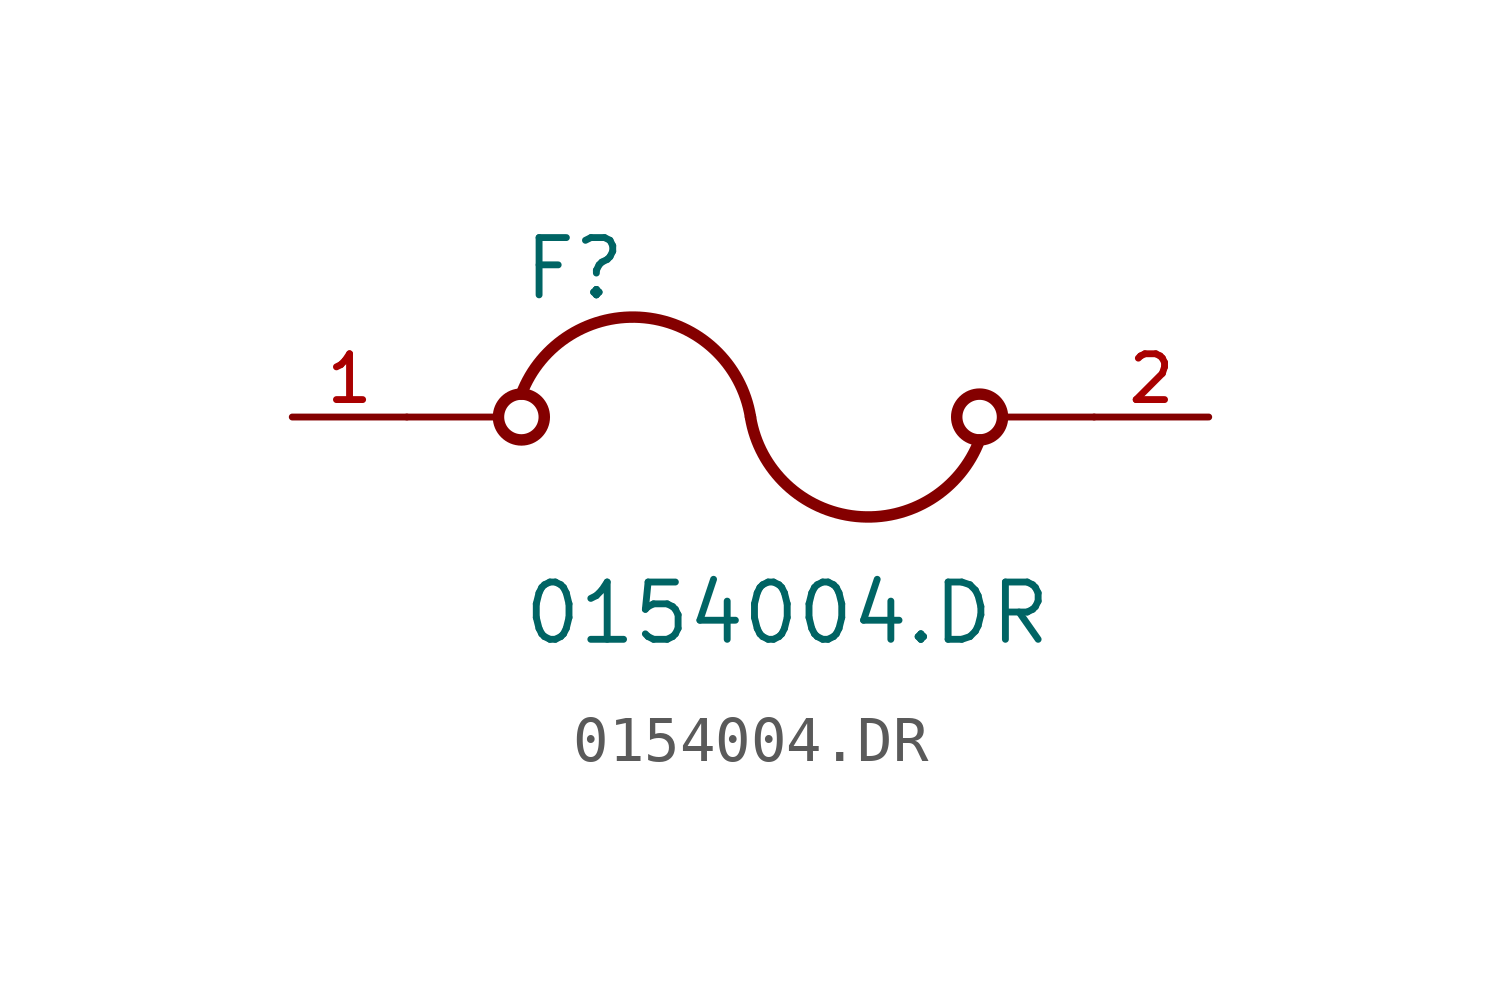
<source format=kicad_sym>
(kicad_symbol_lib
  (version 20211014)
  (generator kicad_symbol_editor)
  (symbol "0154004.DR"
    (pin_names
      (offset 1.016))
    (property "Reference" "F"
      (at -5.09 2.545 0)
      (effects (font (size 1.27 1.27)) (justify bottom left)))
    (property "Value" "0154004.DR"
      (at -5.092 -5.092 0)
      (effects (font (size 1.27 1.27)) (justify bottom left)))
    (symbol "0154004.DR_0_0"
      (circle (center -5.08 0.0) (radius 0.508) (stroke (width 0.254)) (fill (type none)))
      (arc (start 0.0 0.0) (mid -2.3451 2.203) (end -5.08 0.508) (stroke (width 0.254) (type default) (color 0 0 0 0)) (fill (type none)))
      (arc (start 5.08 -0.508) (mid 2.3451 -2.203) (end 0.0 0.0) (stroke (width 0.254) (type default) (color 0 0 0 0)) (fill (type none)))
      (circle (center 5.08 0.0) (radius 0.508) (stroke (width 0.254)) (fill (type none)))
      (polyline (pts (xy -7.62 0.0) (xy -5.588 0.0)) (stroke (width 0.152)))
      (polyline (pts (xy 5.588 0.0) (xy 7.62 0.0)) (stroke (width 0.152)))
      (pin passive line (at -10.16 0.0 0) (length 2.54) (name "~" (effects (font (size 1.016 1.016)))) (number "1" (effects (font (size 1.016 1.016)))))
      (pin passive line (at 10.16 0.0 180.0) (length 2.54) (name "~" (effects (font (size 1.016 1.016)))) (number "2" (effects (font (size 1.016 1.016))))))))
</source>
